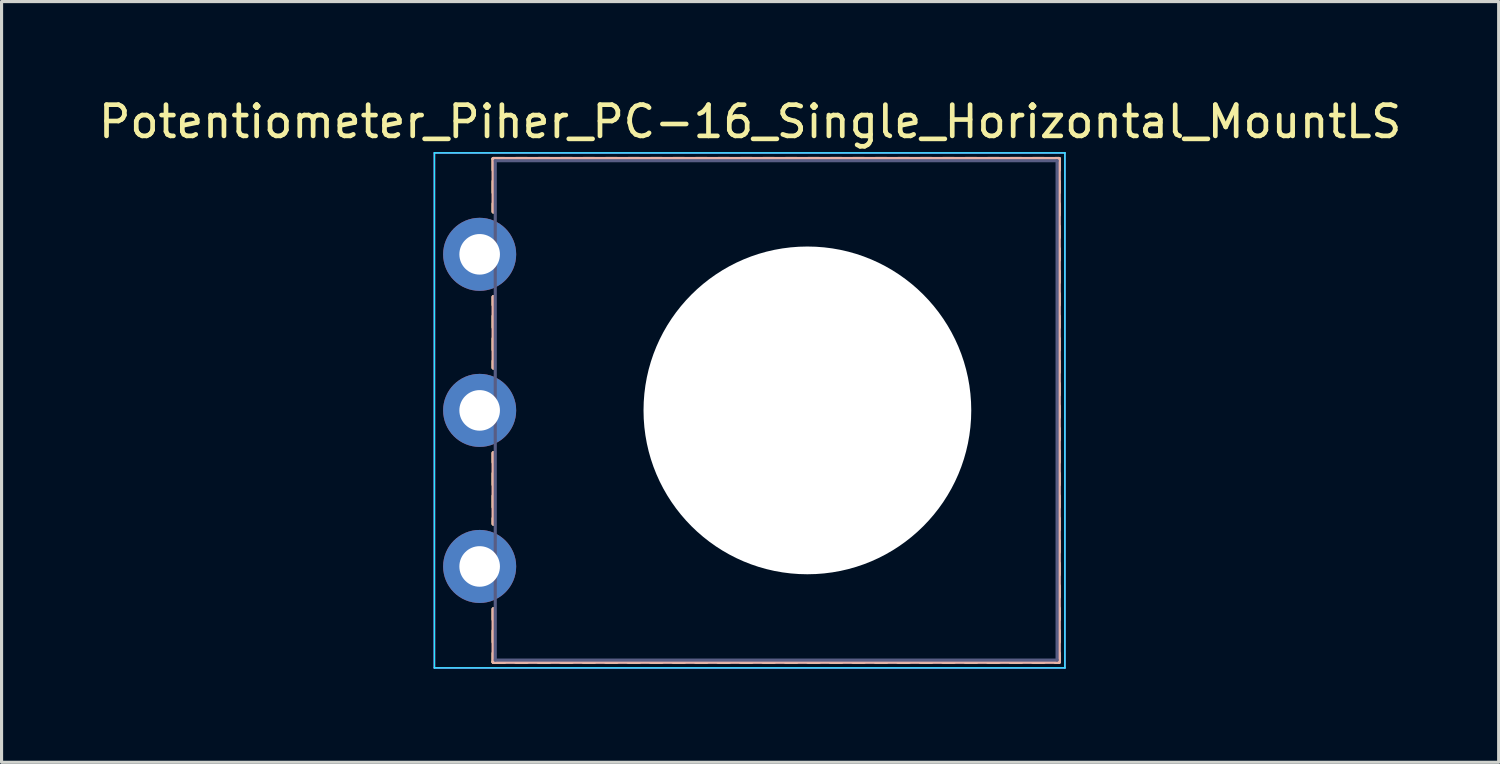
<source format=kicad_pcb>
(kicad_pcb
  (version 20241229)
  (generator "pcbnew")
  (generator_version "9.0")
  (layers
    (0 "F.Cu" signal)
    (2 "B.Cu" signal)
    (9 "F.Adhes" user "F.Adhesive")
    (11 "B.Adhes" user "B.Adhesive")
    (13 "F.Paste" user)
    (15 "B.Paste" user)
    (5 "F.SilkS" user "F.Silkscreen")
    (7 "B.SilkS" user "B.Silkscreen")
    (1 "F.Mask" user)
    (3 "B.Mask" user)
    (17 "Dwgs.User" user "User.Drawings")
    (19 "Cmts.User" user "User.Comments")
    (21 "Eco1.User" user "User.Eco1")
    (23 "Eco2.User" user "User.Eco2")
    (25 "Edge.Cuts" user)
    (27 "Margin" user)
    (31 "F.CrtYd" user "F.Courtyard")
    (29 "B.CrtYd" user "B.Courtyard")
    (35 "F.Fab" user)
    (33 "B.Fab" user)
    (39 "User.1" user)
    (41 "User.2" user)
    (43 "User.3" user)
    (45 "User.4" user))
  (footprint "Potentiometer_Piher_PC-16_Single_Horizontal_MountLS"
    (layer "F.Cu")
    (at 12.317 15.098)
    (property "Reference" "Potentiometer_Piher_PC-16_Single_Horizontal_MountLS" (at 8.665 -14.25 0) (layer "F.SilkS") (effects (font (size 1 1) (thickness 0.15))))
    (attr through_hole)
    (fp_line (start 0.44 -13.06) (end 0.44 -12.7) (stroke (width 0.12) (type solid)) (layer "F.SilkS"))
    (fp_line (start 0.44 -13.06) (end 0.8 -13.06) (stroke (width 0.12) (type solid)) (layer "F.SilkS"))
    (fp_line (start 0.44 -12.34) (end 0.44 -11.98) (stroke (width 0.12) (type solid)) (layer "F.SilkS"))
    (fp_line (start 0.44 -11.62) (end 0.44 -11.365) (stroke (width 0.12) (type solid)) (layer "F.SilkS"))
    (fp_line (start 0.44 -8.635) (end 0.44 -8.38) (stroke (width 0.12) (type solid)) (layer "F.SilkS"))
    (fp_line (start 0.44 -8.02) (end 0.44 -7.66) (stroke (width 0.12) (type solid)) (layer "F.SilkS"))
    (fp_line (start 0.44 -7.3) (end 0.44 -6.94) (stroke (width 0.12) (type solid)) (layer "F.SilkS"))
    (fp_line (start 0.44 -6.58) (end 0.44 -6.365) (stroke (width 0.12) (type solid)) (layer "F.SilkS"))
    (fp_line (start 0.44 -3.635) (end 0.44 -3.34) (stroke (width 0.12) (type solid)) (layer "F.SilkS"))
    (fp_line (start 0.44 -2.98) (end 0.44 -2.62) (stroke (width 0.12) (type solid)) (layer "F.SilkS"))
    (fp_line (start 0.44 -2.26) (end 0.44 -1.9) (stroke (width 0.12) (type solid)) (layer "F.SilkS"))
    (fp_line (start 0.44 -1.54) (end 0.44 -1.365) (stroke (width 0.12) (type solid)) (layer "F.SilkS"))
    (fp_line (start 0.44 1.365) (end 0.44 1.7) (stroke (width 0.12) (type solid)) (layer "F.SilkS"))
    (fp_line (start 0.44 2.061) (end 0.44 2.421) (stroke (width 0.12) (type solid)) (layer "F.SilkS"))
    (fp_line (start 0.44 2.781) (end 0.44 3.06) (stroke (width 0.12) (type solid)) (layer "F.SilkS"))
    (fp_line (start 0.44 3.06) (end 0.8 3.06) (stroke (width 0.12) (type solid)) (layer "F.SilkS"))
    (fp_line (start 1.16 -13.06) (end 1.52 -13.06) (stroke (width 0.12) (type solid)) (layer "F.SilkS"))
    (fp_line (start 1.16 3.06) (end 1.52 3.06) (stroke (width 0.12) (type solid)) (layer "F.SilkS"))
    (fp_line (start 1.88 -13.06) (end 2.24 -13.06) (stroke (width 0.12) (type solid)) (layer "F.SilkS"))
    (fp_line (start 1.88 3.06) (end 2.24 3.06) (stroke (width 0.12) (type solid)) (layer "F.SilkS"))
    (fp_line (start 2.6 -13.06) (end 2.96 -13.06) (stroke (width 0.12) (type solid)) (layer "F.SilkS"))
    (fp_line (start 2.6 3.06) (end 2.96 3.06) (stroke (width 0.12) (type solid)) (layer "F.SilkS"))
    (fp_line (start 3.32 -13.06) (end 3.68 -13.06) (stroke (width 0.12) (type solid)) (layer "F.SilkS"))
    (fp_line (start 3.32 3.06) (end 3.68 3.06) (stroke (width 0.12) (type solid)) (layer "F.SilkS"))
    (fp_line (start 4.04 -13.06) (end 4.4 -13.06) (stroke (width 0.12) (type solid)) (layer "F.SilkS"))
    (fp_line (start 4.04 3.06) (end 4.4 3.06) (stroke (width 0.12) (type solid)) (layer "F.SilkS"))
    (fp_line (start 4.76 -13.06) (end 5.12 -13.06) (stroke (width 0.12) (type solid)) (layer "F.SilkS"))
    (fp_line (start 4.76 3.06) (end 5.12 3.06) (stroke (width 0.12) (type solid)) (layer "F.SilkS"))
    (fp_line (start 5.48 -13.06) (end 5.84 -13.06) (stroke (width 0.12) (type solid)) (layer "F.SilkS"))
    (fp_line (start 5.48 3.06) (end 5.84 3.06) (stroke (width 0.12) (type solid)) (layer "F.SilkS"))
    (fp_line (start 6.2 -13.06) (end 6.56 -13.06) (stroke (width 0.12) (type solid)) (layer "F.SilkS"))
    (fp_line (start 6.2 3.06) (end 6.56 3.06) (stroke (width 0.12) (type solid)) (layer "F.SilkS"))
    (fp_line (start 6.92 -13.06) (end 7.28 -13.06) (stroke (width 0.12) (type solid)) (layer "F.SilkS"))
    (fp_line (start 6.92 3.06) (end 7.28 3.06) (stroke (width 0.12) (type solid)) (layer "F.SilkS"))
    (fp_line (start 7.64 -13.06) (end 8 -13.06) (stroke (width 0.12) (type solid)) (layer "F.SilkS"))
    (fp_line (start 7.64 3.06) (end 8 3.06) (stroke (width 0.12) (type solid)) (layer "F.SilkS"))
    (fp_line (start 8.36 -13.06) (end 8.72 -13.06) (stroke (width 0.12) (type solid)) (layer "F.SilkS"))
    (fp_line (start 8.36 3.06) (end 8.72 3.06) (stroke (width 0.12) (type solid)) (layer "F.SilkS"))
    (fp_line (start 9.08 -13.06) (end 9.44 -13.06) (stroke (width 0.12) (type solid)) (layer "F.SilkS"))
    (fp_line (start 9.08 3.06) (end 9.44 3.06) (stroke (width 0.12) (type solid)) (layer "F.SilkS"))
    (fp_line (start 9.8 -13.06) (end 10.16 -13.06) (stroke (width 0.12) (type solid)) (layer "F.SilkS"))
    (fp_line (start 9.8 3.06) (end 10.16 3.06) (stroke (width 0.12) (type solid)) (layer "F.SilkS"))
    (fp_line (start 10.52 -13.06) (end 10.88 -13.06) (stroke (width 0.12) (type solid)) (layer "F.SilkS"))
    (fp_line (start 10.52 3.06) (end 10.88 3.06) (stroke (width 0.12) (type solid)) (layer "F.SilkS"))
    (fp_line (start 11.24 -13.06) (end 11.6 -13.06) (stroke (width 0.12) (type solid)) (layer "F.SilkS"))
    (fp_line (start 11.24 3.06) (end 11.6 3.06) (stroke (width 0.12) (type solid)) (layer "F.SilkS"))
    (fp_line (start 11.96 -13.06) (end 12.32 -13.06) (stroke (width 0.12) (type solid)) (layer "F.SilkS"))
    (fp_line (start 11.96 3.06) (end 12.32 3.06) (stroke (width 0.12) (type solid)) (layer "F.SilkS"))
    (fp_line (start 12.681 -13.06) (end 13.04 -13.06) (stroke (width 0.12) (type solid)) (layer "F.SilkS"))
    (fp_line (start 12.681 3.06) (end 13.04 3.06) (stroke (width 0.12) (type solid)) (layer "F.SilkS"))
    (fp_line (start 13.401 -13.06) (end 13.761 -13.06) (stroke (width 0.12) (type solid)) (layer "F.SilkS"))
    (fp_line (start 13.401 3.06) (end 13.761 3.06) (stroke (width 0.12) (type solid)) (layer "F.SilkS"))
    (fp_line (start 14.121 -13.06) (end 14.481 -13.06) (stroke (width 0.12) (type solid)) (layer "F.SilkS"))
    (fp_line (start 14.121 3.06) (end 14.481 3.06) (stroke (width 0.12) (type solid)) (layer "F.SilkS"))
    (fp_line (start 14.841 -13.06) (end 15.201 -13.06) (stroke (width 0.12) (type solid)) (layer "F.SilkS"))
    (fp_line (start 14.841 3.06) (end 15.201 3.06) (stroke (width 0.12) (type solid)) (layer "F.SilkS"))
    (fp_line (start 15.561 -13.06) (end 15.921 -13.06) (stroke (width 0.12) (type solid)) (layer "F.SilkS"))
    (fp_line (start 15.561 3.06) (end 15.921 3.06) (stroke (width 0.12) (type solid)) (layer "F.SilkS"))
    (fp_line (start 16.281 -13.06) (end 16.641 -13.06) (stroke (width 0.12) (type solid)) (layer "F.SilkS"))
    (fp_line (start 16.281 3.06) (end 16.641 3.06) (stroke (width 0.12) (type solid)) (layer "F.SilkS"))
    (fp_line (start 17.001 -13.06) (end 17.361 -13.06) (stroke (width 0.12) (type solid)) (layer "F.SilkS"))
    (fp_line (start 17.001 3.06) (end 17.361 3.06) (stroke (width 0.12) (type solid)) (layer "F.SilkS"))
    (fp_line (start 17.721 -13.06) (end 18.08 -13.06) (stroke (width 0.12) (type solid)) (layer "F.SilkS"))
    (fp_line (start 17.721 3.06) (end 18.08 3.06) (stroke (width 0.12) (type solid)) (layer "F.SilkS"))
    (fp_line (start 18.44 -13.06) (end 18.561 -13.06) (stroke (width 0.12) (type solid)) (layer "F.SilkS"))
    (fp_line (start 18.44 3.06) (end 18.561 3.06) (stroke (width 0.12) (type solid)) (layer "F.SilkS"))
    (fp_line (start 18.561 -13.06) (end 18.561 -12.7) (stroke (width 0.12) (type solid)) (layer "F.SilkS"))
    (fp_line (start 18.561 -12.34) (end 18.561 -11.98) (stroke (width 0.12) (type solid)) (layer "F.SilkS"))
    (fp_line (start 18.561 -11.62) (end 18.561 -11.26) (stroke (width 0.12) (type solid)) (layer "F.SilkS"))
    (fp_line (start 18.561 -10.9) (end 18.561 -10.54) (stroke (width 0.12) (type solid)) (layer "F.SilkS"))
    (fp_line (start 18.561 -10.18) (end 18.561 -9.819) (stroke (width 0.12) (type solid)) (layer "F.SilkS"))
    (fp_line (start 18.561 -9.46) (end 18.561 -9.1) (stroke (width 0.12) (type solid)) (layer "F.SilkS"))
    (fp_line (start 18.561 -8.74) (end 18.561 -8.38) (stroke (width 0.12) (type solid)) (layer "F.SilkS"))
    (fp_line (start 18.561 -8.02) (end 18.561 -7.66) (stroke (width 0.12) (type solid)) (layer "F.SilkS"))
    (fp_line (start 18.561 -7.3) (end 18.561 -6.94) (stroke (width 0.12) (type solid)) (layer "F.SilkS"))
    (fp_line (start 18.561 -6.58) (end 18.561 -6.22) (stroke (width 0.12) (type solid)) (layer "F.SilkS"))
    (fp_line (start 18.561 -5.86) (end 18.561 -5.5) (stroke (width 0.12) (type solid)) (layer "F.SilkS"))
    (fp_line (start 18.561 -5.14) (end 18.561 -4.78) (stroke (width 0.12) (type solid)) (layer "F.SilkS"))
    (fp_line (start 18.561 -4.42) (end 18.561 -4.06) (stroke (width 0.12) (type solid)) (layer "F.SilkS"))
    (fp_line (start 18.561 -3.7) (end 18.561 -3.34) (stroke (width 0.12) (type solid)) (layer "F.SilkS"))
    (fp_line (start 18.561 -2.98) (end 18.561 -2.62) (stroke (width 0.12) (type solid)) (layer "F.SilkS"))
    (fp_line (start 18.561 -2.26) (end 18.561 -1.9) (stroke (width 0.12) (type solid)) (layer "F.SilkS"))
    (fp_line (start 18.561 -1.54) (end 18.561 -1.18) (stroke (width 0.12) (type solid)) (layer "F.SilkS"))
    (fp_line (start 18.561 -0.82) (end 18.561 -0.46) (stroke (width 0.12) (type solid)) (layer "F.SilkS"))
    (fp_line (start 18.561 -0.1) (end 18.561 0.26) (stroke (width 0.12) (type solid)) (layer "F.SilkS"))
    (fp_line (start 18.561 0.62) (end 18.561 0.98) (stroke (width 0.12) (type solid)) (layer "F.SilkS"))
    (fp_line (start 18.561 1.341) (end 18.561 1.7) (stroke (width 0.12) (type solid)) (layer "F.SilkS"))
    (fp_line (start 18.561 2.061) (end 18.561 2.421) (stroke (width 0.12) (type solid)) (layer "F.SilkS"))
    (fp_line (start 18.561 2.781) (end 18.561 3.06) (stroke (width 0.12) (type solid)) (layer "F.SilkS"))
    (fp_line (start 0.44 -13.06) (end 0.44 -11.365) (stroke (width 0.12) (type solid)) (layer "B.SilkS"))
    (fp_line (start 0.44 -13.06) (end 18.561 -13.06) (stroke (width 0.12) (type solid)) (layer "B.SilkS"))
    (fp_line (start 0.44 -8.635) (end 0.44 -6.365) (stroke (width 0.12) (type solid)) (layer "B.SilkS"))
    (fp_line (start 0.44 -3.635) (end 0.44 -1.365) (stroke (width 0.12) (type solid)) (layer "B.SilkS"))
    (fp_line (start 0.44 1.365) (end 0.44 3.06) (stroke (width 0.12) (type solid)) (layer "B.SilkS"))
    (fp_line (start 0.44 3.06) (end 18.561 3.06) (stroke (width 0.12) (type solid)) (layer "B.SilkS"))
    (fp_line (start 18.561 -13.06) (end 18.561 3.06) (stroke (width 0.12) (type solid)) (layer "B.SilkS"))
    (fp_line (start -1.45 -13.25) (end -1.45 3.25) (stroke (width 0.05) (type solid)) (layer "B.CrtYd"))
    (fp_line (start -1.45 3.25) (end 18.75 3.25) (stroke (width 0.05) (type solid)) (layer "B.CrtYd"))
    (fp_line (start 18.75 -13.25) (end -1.45 -13.25) (stroke (width 0.05) (type solid)) (layer "B.CrtYd"))
    (fp_line (start 18.75 3.25) (end 18.75 -13.25) (stroke (width 0.05) (type solid)) (layer "B.CrtYd"))
    (fp_line (start -1.45 -13.25) (end -1.45 3.25) (stroke (width 0.05) (type solid)) (layer "F.CrtYd"))
    (fp_line (start -1.45 3.25) (end 18.75 3.25) (stroke (width 0.05) (type solid)) (layer "F.CrtYd"))
    (fp_line (start 18.75 -13.25) (end -1.45 -13.25) (stroke (width 0.05) (type solid)) (layer "F.CrtYd"))
    (fp_line (start 18.75 3.25) (end 18.75 -13.25) (stroke (width 0.05) (type solid)) (layer "F.CrtYd"))
    (fp_line (start 0.5 -13) (end 0.5 3) (stroke (width 0.1) (type solid)) (layer "B.Fab"))
    (fp_line (start 0.5 3) (end 18.5 3) (stroke (width 0.1) (type solid)) (layer "B.Fab"))
    (fp_line (start 18.5 -13) (end 0.5 -13) (stroke (width 0.1) (type solid)) (layer "B.Fab"))
    (fp_line (start 18.5 3) (end 18.5 -13) (stroke (width 0.1) (type solid)) (layer "B.Fab"))
    (fp_circle (center 10.5 -5) (end 13.5 -5) (stroke (width 0.1) (type solid)) (fill no) (layer "B.Fab"))
    (fp_circle (center 10.5 -5) (end 15.5 -5) (stroke (width 0.1) (type solid)) (fill no) (layer "B.Fab"))
    (pad "" np_thru_hole circle (at 10.5 -5) (size 10.5 10.5) (drill 10.5) (layers "*.Cu" "*.Mask"))
    (pad "1" thru_hole circle (at 0 0) (size 2.34 2.34) (drill 1.3) (layers "*.Cu" "*.Mask"))
    (pad "2" thru_hole circle (at 0 -5) (size 2.34 2.34) (drill 1.3) (layers "*.Cu" "*.Mask"))
    (pad "3" thru_hole circle (at 0 -10) (size 2.34 2.34) (drill 1.3) (layers "*.Cu" "*.Mask")))
  (gr_rect
    (start -3 -3)
    (end 44.964 21.373)
    (stroke (width 0.1) (type default))
    (fill no)
    (layer "Edge.Cuts")))
</source>
